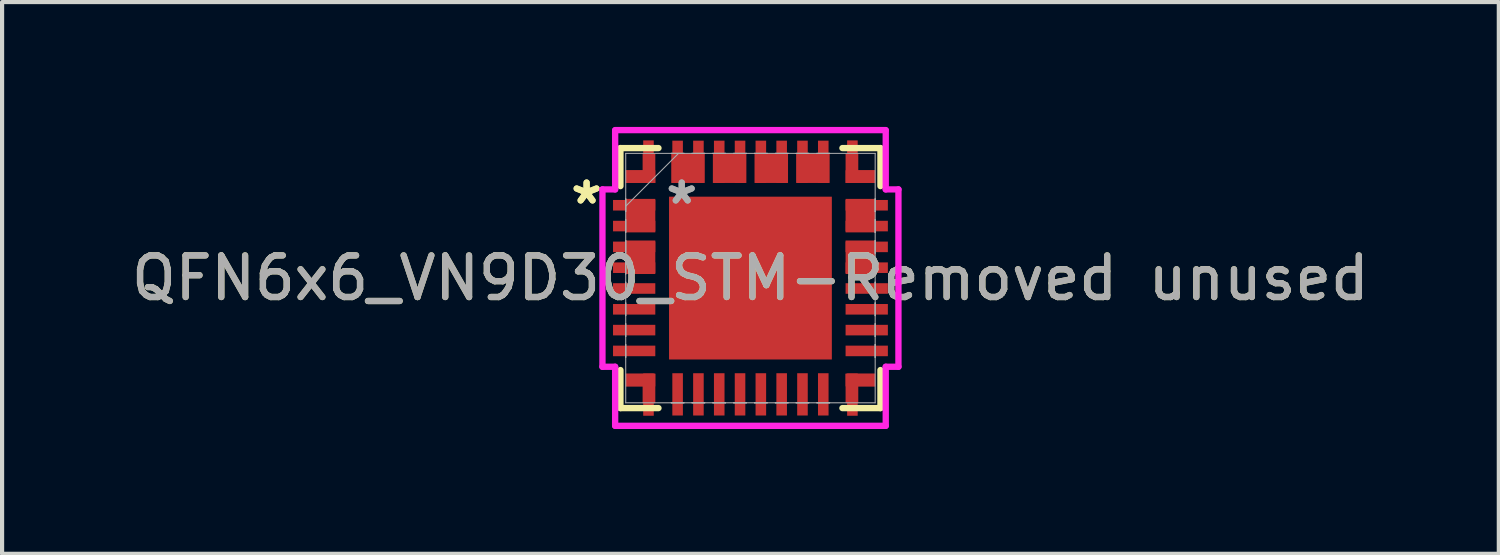
<source format=kicad_pcb>
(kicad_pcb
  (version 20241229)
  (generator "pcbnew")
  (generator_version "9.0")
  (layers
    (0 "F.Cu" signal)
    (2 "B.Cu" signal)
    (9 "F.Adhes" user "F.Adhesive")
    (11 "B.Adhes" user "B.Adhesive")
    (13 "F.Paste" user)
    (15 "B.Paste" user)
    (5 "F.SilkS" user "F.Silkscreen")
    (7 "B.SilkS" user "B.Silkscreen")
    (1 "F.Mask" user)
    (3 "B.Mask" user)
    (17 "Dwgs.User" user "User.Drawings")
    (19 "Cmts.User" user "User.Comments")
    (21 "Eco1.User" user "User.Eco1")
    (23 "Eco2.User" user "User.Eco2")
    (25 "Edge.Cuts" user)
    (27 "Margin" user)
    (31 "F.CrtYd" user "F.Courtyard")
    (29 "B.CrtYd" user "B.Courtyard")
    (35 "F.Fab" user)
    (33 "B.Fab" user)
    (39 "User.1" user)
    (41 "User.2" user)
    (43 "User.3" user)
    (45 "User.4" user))
  (footprint "QFN6x6_VN9D30_STM-Removed unused"
    (layer "F.Cu")
    (at 14.982 3.632)
    (property "Reference" "QFN6x6_VN9D30_STM-Removed unused" (at 0 0 0) (unlocked yes) (layer "F.SilkS") (effects (font (size 1 1) (thickness 0.15))))
    (attr smd)
    (fp_poly (pts (xy -2.286 -1.903) (xy -2.286 -1.098) (xy -2.997 -1.098) (xy -2.997 -1.903)) (stroke (width 0) (type solid)) (fill yes) (layer "F.Cu"))
    (fp_poly (pts (xy -2.286 -0.903) (xy -2.286 -0.098) (xy -2.997 -0.098) (xy -2.997 -0.903)) (stroke (width 0) (type solid)) (fill yes) (layer "F.Cu"))
    (fp_poly (pts (xy -1.903 -2.997) (xy -1.098 -2.997) (xy -1.098 -2.286) (xy -1.903 -2.286)) (stroke (width 0) (type solid)) (fill yes) (layer "F.Cu"))
    (fp_poly (pts (xy -0.903 -2.997) (xy -0.098 -2.997) (xy -0.098 -2.286) (xy -0.903 -2.286)) (stroke (width 0) (type solid)) (fill yes) (layer "F.Cu"))
    (fp_poly (pts (xy 0.098 -2.997) (xy 0.903 -2.997) (xy 0.903 -2.286) (xy 0.098 -2.286)) (stroke (width 0) (type solid)) (fill yes) (layer "F.Cu"))
    (fp_poly (pts (xy 1.098 -2.997) (xy 1.903 -2.997) (xy 1.903 -2.286) (xy 1.098 -2.286)) (stroke (width 0) (type solid)) (fill yes) (layer "F.Cu"))
    (fp_poly (pts (xy 2.997 -1.903) (xy 2.997 -1.098) (xy 2.286 -1.098) (xy 2.286 -1.903)) (stroke (width 0) (type solid)) (fill yes) (layer "F.Cu"))
    (fp_poly (pts (xy 2.997 -0.903) (xy 2.997 -0.098) (xy 2.286 -0.098) (xy 2.286 -0.903)) (stroke (width 0) (type solid)) (fill yes) (layer "F.Cu"))
    (fp_poly (pts (xy -2.286 -2.286) (xy -2.286 -2.997) (xy -2.591 -2.997) (xy -2.591 -2.591) (xy -2.997 -2.591) (xy -2.997 -2.286)) (stroke (width 0) (type solid)) (fill yes) (layer "F.Cu"))
    (fp_poly (pts (xy -2.286 2.297) (xy -2.286 3.008) (xy -2.591 3.008) (xy -2.591 2.602) (xy -2.997 2.602) (xy -2.997 2.297)) (stroke (width 0) (type solid)) (fill yes) (layer "F.Cu"))
    (fp_poly (pts (xy 2.286 -2.286) (xy 2.286 -2.997) (xy 2.591 -2.997) (xy 2.591 -2.591) (xy 2.997 -2.591) (xy 2.997 -2.286)) (stroke (width 0) (type solid)) (fill yes) (layer "F.Cu"))
    (fp_poly (pts (xy 2.286 2.297) (xy 2.286 3.008) (xy 2.591 3.008) (xy 2.591 2.602) (xy 2.997 2.602) (xy 2.997 2.297)) (stroke (width 0) (type solid)) (fill yes) (layer "F.Cu"))
    (fp_poly (pts (xy -2.286 -1.903) (xy -2.286 -1.098) (xy -2.997 -1.098) (xy -2.997 -1.903)) (stroke (width 0) (type solid)) (fill yes) (layer "F.Mask"))
    (fp_poly (pts (xy -2.286 2.297) (xy -2.286 3.008) (xy -2.591 3.008) (xy -2.591 2.602) (xy -2.997 2.602) (xy -2.997 2.297)) (stroke (width 0) (type solid)) (fill yes) (layer "F.Mask"))
    (fp_line (start -3.124 -3.124) (end -3.124 -2.21) (stroke (width 0.152) (type solid)) (layer "F.SilkS"))
    (fp_line (start -3.124 2.21) (end -3.124 3.124) (stroke (width 0.152) (type solid)) (layer "F.SilkS"))
    (fp_line (start -3.124 3.124) (end -2.21 3.124) (stroke (width 0.152) (type solid)) (layer "F.SilkS"))
    (fp_line (start -2.21 -3.124) (end -3.124 -3.124) (stroke (width 0.152) (type solid)) (layer "F.SilkS"))
    (fp_line (start 2.21 3.124) (end 3.124 3.124) (stroke (width 0.152) (type solid)) (layer "F.SilkS"))
    (fp_line (start 3.124 -3.124) (end 2.21 -3.124) (stroke (width 0.152) (type solid)) (layer "F.SilkS"))
    (fp_line (start 3.124 -2.21) (end 3.124 -3.124) (stroke (width 0.152) (type solid)) (layer "F.SilkS"))
    (fp_line (start 3.124 3.124) (end 3.124 2.21) (stroke (width 0.152) (type solid)) (layer "F.SilkS"))
    (fp_poly (pts (xy -2.286 -1.903) (xy -2.286 -1.098) (xy -2.997 -1.098) (xy -2.997 -1.903)) (stroke (width 0) (type solid)) (fill yes) (layer "F.Paste"))
    (fp_poly (pts (xy -2.286 2.297) (xy -2.286 3.008) (xy -2.591 3.008) (xy -2.591 2.602) (xy -2.997 2.602) (xy -2.997 2.297)) (stroke (width 0) (type solid)) (fill yes) (layer "F.Paste"))
    (fp_line (start -3.556 -2.131) (end -3.251 -2.131) (stroke (width 0.152) (type solid)) (layer "F.CrtYd"))
    (fp_line (start -3.556 2.131) (end -3.556 -2.131) (stroke (width 0.152) (type solid)) (layer "F.CrtYd"))
    (fp_line (start -3.251 -2.131) (end -3.251 -3.55) (stroke (width 0.152) (type solid)) (layer "F.CrtYd"))
    (fp_line (start -3.251 2.131) (end -3.556 2.131) (stroke (width 0.152) (type solid)) (layer "F.CrtYd"))
    (fp_line (start -3.251 3.55) (end -3.251 2.131) (stroke (width 0.152) (type solid)) (layer "F.CrtYd"))
    (fp_line (start -3.25 -3.556) (end 3.25 -3.556) (stroke (width 0.152) (type solid)) (layer "F.CrtYd"))
    (fp_line (start 3.25 3.55) (end -3.25 3.55) (stroke (width 0.152) (type solid)) (layer "F.CrtYd"))
    (fp_line (start 3.251 -3.55) (end 3.251 -2.131) (stroke (width 0.152) (type solid)) (layer "F.CrtYd"))
    (fp_line (start 3.251 -2.131) (end 3.556 -2.131) (stroke (width 0.152) (type solid)) (layer "F.CrtYd"))
    (fp_line (start 3.251 2.131) (end 3.251 3.55) (stroke (width 0.152) (type solid)) (layer "F.CrtYd"))
    (fp_line (start 3.556 -2.131) (end 3.556 2.131) (stroke (width 0.152) (type solid)) (layer "F.CrtYd"))
    (fp_line (start 3.556 2.131) (end 3.251 2.131) (stroke (width 0.152) (type solid)) (layer "F.CrtYd"))
    (fp_line (start -2.997 -2.997) (end -2.997 2.997) (stroke (width 0.025) (type solid)) (layer "F.Fab"))
    (fp_line (start -2.997 -1.903) (end -2.997 -1.903) (stroke (width 0.025) (type solid)) (layer "F.Fab"))
    (fp_line (start -2.997 -1.903) (end -2.997 -1.598) (stroke (width 0.025) (type solid)) (layer "F.Fab"))
    (fp_line (start -2.997 -1.727) (end -1.727 -2.997) (stroke (width 0.025) (type solid)) (layer "F.Fab"))
    (fp_line (start -2.997 -1.598) (end -2.997 -1.903) (stroke (width 0.025) (type solid)) (layer "F.Fab"))
    (fp_line (start -2.997 -1.598) (end -2.997 -1.598) (stroke (width 0.025) (type solid)) (layer "F.Fab"))
    (fp_line (start -2.997 -1.403) (end -2.997 -1.403) (stroke (width 0.025) (type solid)) (layer "F.Fab"))
    (fp_line (start -2.997 -1.403) (end -2.997 -1.098) (stroke (width 0.025) (type solid)) (layer "F.Fab"))
    (fp_line (start -2.997 -1.098) (end -2.997 -1.403) (stroke (width 0.025) (type solid)) (layer "F.Fab"))
    (fp_line (start -2.997 -1.098) (end -2.997 -1.098) (stroke (width 0.025) (type solid)) (layer "F.Fab"))
    (fp_line (start -2.997 -0.903) (end -2.997 -0.903) (stroke (width 0.025) (type solid)) (layer "F.Fab"))
    (fp_line (start -2.997 -0.903) (end -2.997 -0.598) (stroke (width 0.025) (type solid)) (layer "F.Fab"))
    (fp_line (start -2.997 -0.598) (end -2.997 -0.903) (stroke (width 0.025) (type solid)) (layer "F.Fab"))
    (fp_line (start -2.997 -0.598) (end -2.997 -0.598) (stroke (width 0.025) (type solid)) (layer "F.Fab"))
    (fp_line (start -2.997 -0.402) (end -2.997 -0.402) (stroke (width 0.025) (type solid)) (layer "F.Fab"))
    (fp_line (start -2.997 -0.402) (end -2.997 -0.098) (stroke (width 0.025) (type solid)) (layer "F.Fab"))
    (fp_line (start -2.997 -0.098) (end -2.997 -0.402) (stroke (width 0.025) (type solid)) (layer "F.Fab"))
    (fp_line (start -2.997 -0.098) (end -2.997 -0.098) (stroke (width 0.025) (type solid)) (layer "F.Fab"))
    (fp_line (start -2.997 0.098) (end -2.997 0.098) (stroke (width 0.025) (type solid)) (layer "F.Fab"))
    (fp_line (start -2.997 0.098) (end -2.997 0.402) (stroke (width 0.025) (type solid)) (layer "F.Fab"))
    (fp_line (start -2.997 0.402) (end -2.997 0.098) (stroke (width 0.025) (type solid)) (layer "F.Fab"))
    (fp_line (start -2.997 0.402) (end -2.997 0.402) (stroke (width 0.025) (type solid)) (layer "F.Fab"))
    (fp_line (start -2.997 0.598) (end -2.997 0.598) (stroke (width 0.025) (type solid)) (layer "F.Fab"))
    (fp_line (start -2.997 0.598) (end -2.997 0.903) (stroke (width 0.025) (type solid)) (layer "F.Fab"))
    (fp_line (start -2.997 0.903) (end -2.997 0.598) (stroke (width 0.025) (type solid)) (layer "F.Fab"))
    (fp_line (start -2.997 0.903) (end -2.997 0.903) (stroke (width 0.025) (type solid)) (layer "F.Fab"))
    (fp_line (start -2.997 1.098) (end -2.997 1.098) (stroke (width 0.025) (type solid)) (layer "F.Fab"))
    (fp_line (start -2.997 1.098) (end -2.997 1.403) (stroke (width 0.025) (type solid)) (layer "F.Fab"))
    (fp_line (start -2.997 1.403) (end -2.997 1.098) (stroke (width 0.025) (type solid)) (layer "F.Fab"))
    (fp_line (start -2.997 1.403) (end -2.997 1.403) (stroke (width 0.025) (type solid)) (layer "F.Fab"))
    (fp_line (start -2.997 1.598) (end -2.997 1.598) (stroke (width 0.025) (type solid)) (layer "F.Fab"))
    (fp_line (start -2.997 1.598) (end -2.997 1.903) (stroke (width 0.025) (type solid)) (layer "F.Fab"))
    (fp_line (start -2.997 1.903) (end -2.997 1.598) (stroke (width 0.025) (type solid)) (layer "F.Fab"))
    (fp_line (start -2.997 1.903) (end -2.997 1.903) (stroke (width 0.025) (type solid)) (layer "F.Fab"))
    (fp_line (start -2.997 2.997) (end 2.997 2.997) (stroke (width 0.025) (type solid)) (layer "F.Fab"))
    (fp_line (start -1.903 -2.997) (end -1.903 -2.997) (stroke (width 0.025) (type solid)) (layer "F.Fab"))
    (fp_line (start -1.903 -2.997) (end -1.598 -2.997) (stroke (width 0.025) (type solid)) (layer "F.Fab"))
    (fp_line (start -1.903 2.997) (end -1.903 2.997) (stroke (width 0.025) (type solid)) (layer "F.Fab"))
    (fp_line (start -1.903 2.997) (end -1.598 2.997) (stroke (width 0.025) (type solid)) (layer "F.Fab"))
    (fp_line (start -1.598 -2.997) (end -1.903 -2.997) (stroke (width 0.025) (type solid)) (layer "F.Fab"))
    (fp_line (start -1.598 -2.997) (end -1.598 -2.997) (stroke (width 0.025) (type solid)) (layer "F.Fab"))
    (fp_line (start -1.598 2.997) (end -1.903 2.997) (stroke (width 0.025) (type solid)) (layer "F.Fab"))
    (fp_line (start -1.598 2.997) (end -1.598 2.997) (stroke (width 0.025) (type solid)) (layer "F.Fab"))
    (fp_line (start -1.403 -2.997) (end -1.403 -2.997) (stroke (width 0.025) (type solid)) (layer "F.Fab"))
    (fp_line (start -1.403 -2.997) (end -1.098 -2.997) (stroke (width 0.025) (type solid)) (layer "F.Fab"))
    (fp_line (start -1.403 2.997) (end -1.403 2.997) (stroke (width 0.025) (type solid)) (layer "F.Fab"))
    (fp_line (start -1.403 2.997) (end -1.098 2.997) (stroke (width 0.025) (type solid)) (layer "F.Fab"))
    (fp_line (start -1.098 -2.997) (end -1.403 -2.997) (stroke (width 0.025) (type solid)) (layer "F.Fab"))
    (fp_line (start -1.098 -2.997) (end -1.098 -2.997) (stroke (width 0.025) (type solid)) (layer "F.Fab"))
    (fp_line (start -1.098 2.997) (end -1.403 2.997) (stroke (width 0.025) (type solid)) (layer "F.Fab"))
    (fp_line (start -1.098 2.997) (end -1.098 2.997) (stroke (width 0.025) (type solid)) (layer "F.Fab"))
    (fp_line (start -0.903 -2.997) (end -0.903 -2.997) (stroke (width 0.025) (type solid)) (layer "F.Fab"))
    (fp_line (start -0.903 -2.997) (end -0.598 -2.997) (stroke (width 0.025) (type solid)) (layer "F.Fab"))
    (fp_line (start -0.903 2.997) (end -0.903 2.997) (stroke (width 0.025) (type solid)) (layer "F.Fab"))
    (fp_line (start -0.903 2.997) (end -0.598 2.997) (stroke (width 0.025) (type solid)) (layer "F.Fab"))
    (fp_line (start -0.598 -2.997) (end -0.903 -2.997) (stroke (width 0.025) (type solid)) (layer "F.Fab"))
    (fp_line (start -0.598 -2.997) (end -0.598 -2.997) (stroke (width 0.025) (type solid)) (layer "F.Fab"))
    (fp_line (start -0.598 2.997) (end -0.903 2.997) (stroke (width 0.025) (type solid)) (layer "F.Fab"))
    (fp_line (start -0.598 2.997) (end -0.598 2.997) (stroke (width 0.025) (type solid)) (layer "F.Fab"))
    (fp_line (start -0.402 -2.997) (end -0.402 -2.997) (stroke (width 0.025) (type solid)) (layer "F.Fab"))
    (fp_line (start -0.402 -2.997) (end -0.098 -2.997) (stroke (width 0.025) (type solid)) (layer "F.Fab"))
    (fp_line (start -0.402 2.997) (end -0.402 2.997) (stroke (width 0.025) (type solid)) (layer "F.Fab"))
    (fp_line (start -0.402 2.997) (end -0.098 2.997) (stroke (width 0.025) (type solid)) (layer "F.Fab"))
    (fp_line (start -0.098 -2.997) (end -0.402 -2.997) (stroke (width 0.025) (type solid)) (layer "F.Fab"))
    (fp_line (start -0.098 -2.997) (end -0.098 -2.997) (stroke (width 0.025) (type solid)) (layer "F.Fab"))
    (fp_line (start -0.098 2.997) (end -0.402 2.997) (stroke (width 0.025) (type solid)) (layer "F.Fab"))
    (fp_line (start -0.098 2.997) (end -0.098 2.997) (stroke (width 0.025) (type solid)) (layer "F.Fab"))
    (fp_line (start 0.098 -2.997) (end 0.098 -2.997) (stroke (width 0.025) (type solid)) (layer "F.Fab"))
    (fp_line (start 0.098 -2.997) (end 0.402 -2.997) (stroke (width 0.025) (type solid)) (layer "F.Fab"))
    (fp_line (start 0.098 2.997) (end 0.098 2.997) (stroke (width 0.025) (type solid)) (layer "F.Fab"))
    (fp_line (start 0.098 2.997) (end 0.402 2.997) (stroke (width 0.025) (type solid)) (layer "F.Fab"))
    (fp_line (start 0.402 -2.997) (end 0.098 -2.997) (stroke (width 0.025) (type solid)) (layer "F.Fab"))
    (fp_line (start 0.402 -2.997) (end 0.402 -2.997) (stroke (width 0.025) (type solid)) (layer "F.Fab"))
    (fp_line (start 0.402 2.997) (end 0.098 2.997) (stroke (width 0.025) (type solid)) (layer "F.Fab"))
    (fp_line (start 0.402 2.997) (end 0.402 2.997) (stroke (width 0.025) (type solid)) (layer "F.Fab"))
    (fp_line (start 0.598 -2.997) (end 0.598 -2.997) (stroke (width 0.025) (type solid)) (layer "F.Fab"))
    (fp_line (start 0.598 -2.997) (end 0.903 -2.997) (stroke (width 0.025) (type solid)) (layer "F.Fab"))
    (fp_line (start 0.598 2.997) (end 0.598 2.997) (stroke (width 0.025) (type solid)) (layer "F.Fab"))
    (fp_line (start 0.598 2.997) (end 0.903 2.997) (stroke (width 0.025) (type solid)) (layer "F.Fab"))
    (fp_line (start 0.903 -2.997) (end 0.598 -2.997) (stroke (width 0.025) (type solid)) (layer "F.Fab"))
    (fp_line (start 0.903 -2.997) (end 0.903 -2.997) (stroke (width 0.025) (type solid)) (layer "F.Fab"))
    (fp_line (start 0.903 2.997) (end 0.598 2.997) (stroke (width 0.025) (type solid)) (layer "F.Fab"))
    (fp_line (start 0.903 2.997) (end 0.903 2.997) (stroke (width 0.025) (type solid)) (layer "F.Fab"))
    (fp_line (start 1.098 -2.997) (end 1.098 -2.997) (stroke (width 0.025) (type solid)) (layer "F.Fab"))
    (fp_line (start 1.098 -2.997) (end 1.403 -2.997) (stroke (width 0.025) (type solid)) (layer "F.Fab"))
    (fp_line (start 1.098 2.997) (end 1.098 2.997) (stroke (width 0.025) (type solid)) (layer "F.Fab"))
    (fp_line (start 1.098 2.997) (end 1.403 2.997) (stroke (width 0.025) (type solid)) (layer "F.Fab"))
    (fp_line (start 1.403 -2.997) (end 1.098 -2.997) (stroke (width 0.025) (type solid)) (layer "F.Fab"))
    (fp_line (start 1.403 -2.997) (end 1.403 -2.997) (stroke (width 0.025) (type solid)) (layer "F.Fab"))
    (fp_line (start 1.403 2.997) (end 1.098 2.997) (stroke (width 0.025) (type solid)) (layer "F.Fab"))
    (fp_line (start 1.403 2.997) (end 1.403 2.997) (stroke (width 0.025) (type solid)) (layer "F.Fab"))
    (fp_line (start 1.598 -2.997) (end 1.598 -2.997) (stroke (width 0.025) (type solid)) (layer "F.Fab"))
    (fp_line (start 1.598 -2.997) (end 1.903 -2.997) (stroke (width 0.025) (type solid)) (layer "F.Fab"))
    (fp_line (start 1.598 2.997) (end 1.598 2.997) (stroke (width 0.025) (type solid)) (layer "F.Fab"))
    (fp_line (start 1.598 2.997) (end 1.903 2.997) (stroke (width 0.025) (type solid)) (layer "F.Fab"))
    (fp_line (start 1.903 -2.997) (end 1.598 -2.997) (stroke (width 0.025) (type solid)) (layer "F.Fab"))
    (fp_line (start 1.903 -2.997) (end 1.903 -2.997) (stroke (width 0.025) (type solid)) (layer "F.Fab"))
    (fp_line (start 1.903 2.997) (end 1.598 2.997) (stroke (width 0.025) (type solid)) (layer "F.Fab"))
    (fp_line (start 1.903 2.997) (end 1.903 2.997) (stroke (width 0.025) (type solid)) (layer "F.Fab"))
    (fp_line (start 2.997 -2.997) (end -2.997 -2.997) (stroke (width 0.025) (type solid)) (layer "F.Fab"))
    (fp_line (start 2.997 -1.903) (end 2.997 -1.903) (stroke (width 0.025) (type solid)) (layer "F.Fab"))
    (fp_line (start 2.997 -1.903) (end 2.997 -1.598) (stroke (width 0.025) (type solid)) (layer "F.Fab"))
    (fp_line (start 2.997 -1.598) (end 2.997 -1.903) (stroke (width 0.025) (type solid)) (layer "F.Fab"))
    (fp_line (start 2.997 -1.598) (end 2.997 -1.598) (stroke (width 0.025) (type solid)) (layer "F.Fab"))
    (fp_line (start 2.997 -1.403) (end 2.997 -1.403) (stroke (width 0.025) (type solid)) (layer "F.Fab"))
    (fp_line (start 2.997 -1.403) (end 2.997 -1.098) (stroke (width 0.025) (type solid)) (layer "F.Fab"))
    (fp_line (start 2.997 -1.098) (end 2.997 -1.403) (stroke (width 0.025) (type solid)) (layer "F.Fab"))
    (fp_line (start 2.997 -1.098) (end 2.997 -1.098) (stroke (width 0.025) (type solid)) (layer "F.Fab"))
    (fp_line (start 2.997 -0.903) (end 2.997 -0.903) (stroke (width 0.025) (type solid)) (layer "F.Fab"))
    (fp_line (start 2.997 -0.903) (end 2.997 -0.598) (stroke (width 0.025) (type solid)) (layer "F.Fab"))
    (fp_line (start 2.997 -0.598) (end 2.997 -0.903) (stroke (width 0.025) (type solid)) (layer "F.Fab"))
    (fp_line (start 2.997 -0.598) (end 2.997 -0.598) (stroke (width 0.025) (type solid)) (layer "F.Fab"))
    (fp_line (start 2.997 -0.402) (end 2.997 -0.402) (stroke (width 0.025) (type solid)) (layer "F.Fab"))
    (fp_line (start 2.997 -0.402) (end 2.997 -0.098) (stroke (width 0.025) (type solid)) (layer "F.Fab"))
    (fp_line (start 2.997 -0.098) (end 2.997 -0.402) (stroke (width 0.025) (type solid)) (layer "F.Fab"))
    (fp_line (start 2.997 -0.098) (end 2.997 -0.098) (stroke (width 0.025) (type solid)) (layer "F.Fab"))
    (fp_line (start 2.997 0.098) (end 2.997 0.098) (stroke (width 0.025) (type solid)) (layer "F.Fab"))
    (fp_line (start 2.997 0.098) (end 2.997 0.402) (stroke (width 0.025) (type solid)) (layer "F.Fab"))
    (fp_line (start 2.997 0.402) (end 2.997 0.098) (stroke (width 0.025) (type solid)) (layer "F.Fab"))
    (fp_line (start 2.997 0.402) (end 2.997 0.402) (stroke (width 0.025) (type solid)) (layer "F.Fab"))
    (fp_line (start 2.997 0.598) (end 2.997 0.598) (stroke (width 0.025) (type solid)) (layer "F.Fab"))
    (fp_line (start 2.997 0.598) (end 2.997 0.903) (stroke (width 0.025) (type solid)) (layer "F.Fab"))
    (fp_line (start 2.997 0.903) (end 2.997 0.598) (stroke (width 0.025) (type solid)) (layer "F.Fab"))
    (fp_line (start 2.997 0.903) (end 2.997 0.903) (stroke (width 0.025) (type solid)) (layer "F.Fab"))
    (fp_line (start 2.997 1.098) (end 2.997 1.098) (stroke (width 0.025) (type solid)) (layer "F.Fab"))
    (fp_line (start 2.997 1.098) (end 2.997 1.403) (stroke (width 0.025) (type solid)) (layer "F.Fab"))
    (fp_line (start 2.997 1.403) (end 2.997 1.098) (stroke (width 0.025) (type solid)) (layer "F.Fab"))
    (fp_line (start 2.997 1.403) (end 2.997 1.403) (stroke (width 0.025) (type solid)) (layer "F.Fab"))
    (fp_line (start 2.997 1.598) (end 2.997 1.598) (stroke (width 0.025) (type solid)) (layer "F.Fab"))
    (fp_line (start 2.997 1.598) (end 2.997 1.903) (stroke (width 0.025) (type solid)) (layer "F.Fab"))
    (fp_line (start 2.997 1.903) (end 2.997 1.598) (stroke (width 0.025) (type solid)) (layer "F.Fab"))
    (fp_line (start 2.997 1.903) (end 2.997 1.903) (stroke (width 0.025) (type solid)) (layer "F.Fab"))
    (fp_line (start 2.997 2.997) (end 2.997 -2.997) (stroke (width 0.025) (type solid)) (layer "F.Fab"))
    (fp_text user "*" (at -3.937 -1.75 0) (layer "F.SilkS") (effects (font (size 1 1) (thickness 0.15))))
    (fp_text user "*" (at -3.937 -1.75 0) (unlocked yes) (layer "F.SilkS") (effects (font (size 1 1) (thickness 0.15))))
    (fp_text user "*" (at -1.651 -1.75 0) (layer "F.Fab") (effects (font (size 1 1) (thickness 0.15))))
    (fp_text user "*" (at -1.651 -1.75 0) (unlocked yes) (layer "F.Fab") (effects (font (size 1 1) (thickness 0.15))))
    (fp_text user "${REFERENCE}" (at 0 0 0) (unlocked yes) (layer "F.Fab") (effects (font (size 1 1) (thickness 0.15))))
    (pad "" smd rect (at -2.794 -1.75 90) (size 0.254 1.016) (layers "F.Cu" "F.Mask" "F.Paste"))
    (pad "" smd rect (at -2.794 -1.25 90) (size 0.254 1.016) (layers "F.Cu" "F.Mask" "F.Paste"))
    (pad "" smd rect (at -2.794 -0.75 90) (size 0.254 1.016) (layers "F.Cu" "F.Mask" "F.Paste"))
    (pad "" smd rect (at -2.794 0.25 90) (size 0.254 1.016) (layers "F.Cu" "F.Mask" "F.Paste"))
    (pad "" smd rect (at -2.794 0.75 90) (size 0.254 1.016) (layers "F.Cu" "F.Mask" "F.Paste"))
    (pad "" smd rect (at -2.794 1.25 90) (size 0.254 1.016) (layers "F.Cu" "F.Mask" "F.Paste"))
    (pad "" smd rect (at -2.794 1.75 90) (size 0.254 1.016) (layers "F.Cu" "F.Mask" "F.Paste"))
    (pad "" smd rect (at -2.643 -2.438) (size 0.714 0.305) (layers "F.Cu" "F.Mask" "F.Paste"))
    (pad "" smd rect (at -2.642 2.45) (size 0.711 0.305) (layers "F.Cu" "F.Mask" "F.Paste"))
    (pad "" smd rect (at -2.45 -2.8) (size 0.254 1.016) (layers "F.Cu" "F.Mask" "F.Paste"))
    (pad "" smd rect (at -2.45 2.8) (size 0.254 1.016) (layers "F.Cu" "F.Mask" "F.Paste"))
    (pad "" smd rect (at -1.75 -2.794) (size 0.254 1.016) (layers "F.Cu" "F.Mask" "F.Paste"))
    (pad "" smd rect (at -1.25 -2.794) (size 0.254 1.016) (layers "F.Cu" "F.Mask" "F.Paste"))
    (pad "" smd rect (at -0.25 -2.794) (size 0.254 1.016) (layers "F.Cu" "F.Mask" "F.Paste"))
    (pad "" smd rect (at 0.75 -2.794) (size 0.254 1.016) (layers "F.Cu" "F.Mask" "F.Paste"))
    (pad "" smd rect (at 1.75 -2.794) (size 0.254 1.016) (layers "F.Cu" "F.Mask" "F.Paste"))
    (pad "" smd rect (at 2.45 -2.8) (size 0.254 1.016) (layers "F.Cu" "F.Mask" "F.Paste"))
    (pad "" smd rect (at 2.45 2.8) (size 0.254 1.016) (layers "F.Cu" "F.Mask" "F.Paste"))
    (pad "" smd rect (at 2.642 -2.438) (size 0.711 0.305) (layers "F.Cu" "F.Mask" "F.Paste"))
    (pad "" smd rect (at 2.642 2.45) (size 0.711 0.305) (layers "F.Cu" "F.Mask" "F.Paste"))
    (pad "" smd rect (at 2.794 -1.25 90) (size 0.254 1.016) (layers "F.Cu" "F.Mask" "F.Paste"))
    (pad "" smd rect (at 2.794 -0.25 90) (size 0.254 1.016) (layers "F.Cu" "F.Mask" "F.Paste"))
    (pad "" smd rect (at 2.794 0.25 90) (size 0.254 1.016) (layers "F.Cu" "F.Mask" "F.Paste"))
    (pad "" smd rect (at 2.794 0.75 90) (size 0.254 1.016) (layers "F.Cu" "F.Mask" "F.Paste"))
    (pad "" smd rect (at 2.794 1.25 90) (size 0.254 1.016) (layers "F.Cu" "F.Mask" "F.Paste"))
    (pad "" smd rect (at 2.794 1.75 90) (size 0.254 1.016) (layers "F.Cu" "F.Mask" "F.Paste"))
    (pad "4" smd rect (at -2.794 -0.25 90) (size 0.254 1.016) (layers "F.Cu" "F.Mask" "F.Paste"))
    (pad "9" smd rect (at -1.75 2.794) (size 0.254 1.016) (layers "F.Cu" "F.Mask" "F.Paste"))
    (pad "10" smd rect (at -1.25 2.794) (size 0.254 1.016) (layers "F.Cu" "F.Mask" "F.Paste"))
    (pad "11" smd rect (at -0.75 2.794) (size 0.254 1.016) (layers "F.Cu" "F.Mask" "F.Paste"))
    (pad "12" smd rect (at -0.25 2.794) (size 0.254 1.016) (layers "F.Cu" "F.Mask" "F.Paste"))
    (pad "13" smd rect (at 0.25 2.794) (size 0.254 1.016) (layers "F.Cu" "F.Mask" "F.Paste"))
    (pad "14" smd rect (at 0.75 2.794) (size 0.254 1.016) (layers "F.Cu" "F.Mask" "F.Paste"))
    (pad "15" smd rect (at 1.25 2.794) (size 0.254 1.016) (layers "F.Cu" "F.Mask" "F.Paste"))
    (pad "16" smd rect (at 1.75 2.794) (size 0.254 1.016) (layers "F.Cu" "F.Mask" "F.Paste"))
    (pad "22" smd rect (at 2.794 -0.75 90) (size 0.254 1.016) (layers "F.Cu" "F.Mask" "F.Paste"))
    (pad "24" smd rect (at 2.794 -1.75 90) (size 0.254 1.016) (layers "F.Cu" "F.Mask" "F.Paste"))
    (pad "26" smd rect (at 1.25 -2.794) (size 0.254 1.016) (layers "F.Cu" "F.Mask" "F.Paste"))
    (pad "28" smd rect (at 0.25 -2.794) (size 0.254 1.016) (layers "F.Cu" "F.Mask" "F.Paste"))
    (pad "30" smd rect (at -0.75 -2.794) (size 0.254 1.016) (layers "F.Cu" "F.Mask" "F.Paste"))
    (pad "33" smd rect (at 0 0) (size 3.912 3.912) (layers "F.Cu" "F.Mask" "F.Paste")))
  (gr_rect
    (start -3 -3)
    (end 32.964 10.258)
    (stroke (width 0.1) (type default))
    (fill no)
    (layer "Edge.Cuts")))
</source>
